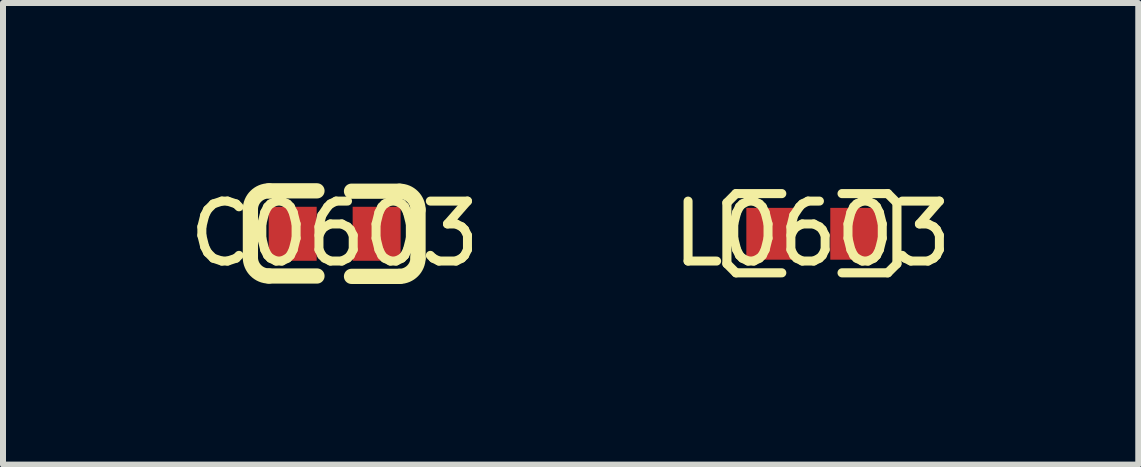
<source format=kicad_pcb>
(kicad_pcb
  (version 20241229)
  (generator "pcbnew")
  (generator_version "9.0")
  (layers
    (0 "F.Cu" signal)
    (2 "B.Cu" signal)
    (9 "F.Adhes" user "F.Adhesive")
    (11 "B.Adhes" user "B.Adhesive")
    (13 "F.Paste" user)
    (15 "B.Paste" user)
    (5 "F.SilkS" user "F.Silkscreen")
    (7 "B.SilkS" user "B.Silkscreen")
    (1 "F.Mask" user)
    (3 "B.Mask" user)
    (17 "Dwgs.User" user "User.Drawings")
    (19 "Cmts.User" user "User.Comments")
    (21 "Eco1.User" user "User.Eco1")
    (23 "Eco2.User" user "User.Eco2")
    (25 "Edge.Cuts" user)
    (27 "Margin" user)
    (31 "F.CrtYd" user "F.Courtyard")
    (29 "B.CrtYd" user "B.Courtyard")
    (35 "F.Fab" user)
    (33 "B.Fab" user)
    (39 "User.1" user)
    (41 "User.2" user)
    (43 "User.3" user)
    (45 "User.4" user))
  (footprint "C0603"
    (layer "F.Cu")
    (at 2.53 0.848)
    (property "Reference" "C0603" (at 0 0 0) (layer "F.SilkS") (effects (font (size 1 1) (thickness 0.15))))
    (fp_line (start -1.405 -0.406) (end -1.405 0.395) (stroke (width 0.254) (type default)) (layer "F.SilkS"))
    (fp_line (start -0.295 -0.716) (end -1.095 -0.716) (stroke (width 0.254) (type default)) (layer "F.SilkS"))
    (fp_line (start -0.295 0.704) (end -1.095 0.704) (stroke (width 0.254) (type default)) (layer "F.SilkS"))
    (fp_line (start 0.281 -0.71) (end 1.08 -0.71) (stroke (width 0.254) (type default)) (layer "F.SilkS"))
    (fp_line (start 0.281 0.71) (end 1.08 0.71) (stroke (width 0.254) (type default)) (layer "F.SilkS"))
    (fp_line (start 1.39 -0.4) (end 1.39 0.401) (stroke (width 0.254) (type default)) (layer "F.SilkS"))
    (fp_arc (start -1.4055 -0.4055) (mid -1.314703 -0.624703) (end -1.0955 -0.7155) (stroke (width 0.254) (type default)) (layer "F.SilkS"))
    (fp_arc (start -1.0955 0.704) (mid -1.31435 0.61335) (end -1.4055 0.3945) (stroke (width 0.254) (type default)) (layer "F.SilkS"))
    (fp_arc (start 1.08 -0.7095) (mid 1.29885 -0.61885) (end 1.39 -0.4) (stroke (width 0.254) (type default)) (layer "F.SilkS"))
    (fp_arc (start 1.39 0.4) (mid 1.299203 0.619203) (end 1.08 0.71) (stroke (width 0.254) (type default)) (layer "F.SilkS"))
    (fp_poly (pts (xy -0.8 0.4) (xy -0.8 -0.4) (xy -0.5 -0.4) (xy -0.5 0.4)) (stroke (width 0.1) (type default)) (fill no) (layer "User.1"))
    (fp_poly (pts (xy 0.8 0.4) (xy 0.8 -0.4) (xy 0.5 -0.4) (xy 0.5 0.4)) (stroke (width 0.1) (type default)) (fill no) (layer "User.1"))
    (fp_line (start -0.8 -0.4) (end 0.8 -0.4) (stroke (width 0.051) (type default)) (layer "User.2"))
    (fp_line (start -0.8 0.4) (end -0.8 -0.4) (stroke (width 0.051) (type default)) (layer "User.2"))
    (fp_line (start 0.8 -0.4) (end 0.8 0.4) (stroke (width 0.051) (type default)) (layer "User.2"))
    (fp_line (start 0.8 0.4) (end -0.8 0.4) (stroke (width 0.051) (type default)) (layer "User.2"))
    (fp_poly (pts (xy -0.74 0.4) (xy -0.758 0.358) (xy -0.8 0.34) (xy -0.842 0.358) (xy -0.86 0.4) (xy -0.842 0.442) (xy -0.8 0.46) (xy -0.758 0.442)) (stroke (width 0.1) (type default)) (fill no) (layer "User.3"))
    (pad "1" smd rect (at -0.7 0) (size 0.8 0.9) (layers "F.Cu" "F.Mask" "F.Paste"))
    (pad "2" smd rect (at 0.7 0) (size 0.8 0.9) (layers "F.Cu" "F.Mask" "F.Paste")))
  (footprint "L0603"
    (layer "F.Cu")
    (at 10.494 0.848)
    (property "Reference" "L0603" (at 0 0 0) (layer "F.SilkS") (effects (font (size 1 1) (thickness 0.15))))
    (fp_line (start -1.424 -0.517) (end -1.272 -0.67) (stroke (width 0.152) (type default)) (layer "F.SilkS"))
    (fp_line (start -1.424 0.499) (end -1.424 -0.517) (stroke (width 0.152) (type default)) (layer "F.SilkS"))
    (fp_line (start -1.272 -0.67) (end -0.509 -0.67) (stroke (width 0.152) (type default)) (layer "F.SilkS"))
    (fp_line (start -1.272 0.651) (end -1.424 0.499) (stroke (width 0.152) (type default)) (layer "F.SilkS"))
    (fp_line (start -1.272 0.651) (end -0.509 0.651) (stroke (width 0.152) (type default)) (layer "F.SilkS"))
    (fp_line (start 1.258 -0.67) (end 0.496 -0.67) (stroke (width 0.152) (type default)) (layer "F.SilkS"))
    (fp_line (start 1.258 -0.67) (end 1.411 -0.517) (stroke (width 0.152) (type default)) (layer "F.SilkS"))
    (fp_line (start 1.258 0.651) (end 0.496 0.651) (stroke (width 0.152) (type default)) (layer "F.SilkS"))
    (fp_line (start 1.411 -0.517) (end 1.411 0.499) (stroke (width 0.152) (type default)) (layer "F.SilkS"))
    (fp_line (start 1.411 0.499) (end 1.258 0.651) (stroke (width 0.152) (type default)) (layer "F.SilkS"))
    (fp_poly (pts (xy -0.252 -0.143) (xy -0.252 0.134) (xy -0.526 0.427) (xy -1.029 0.427) (xy -1.093 0.363) (xy -1.093 -0.372) (xy -1.029 -0.436) (xy -0.526 -0.436)) (stroke (width 0) (type default)) (fill yes) (layer "F.Paste"))
    (fp_poly (pts (xy 0.264 -0.154) (xy 0.264 0.122) (xy 0.538 0.416) (xy 1.042 0.416) (xy 1.105 0.352) (xy 1.105 -0.384) (xy 1.042 -0.448) (xy 0.538 -0.448)) (stroke (width 0) (type default)) (fill yes) (layer "F.Paste"))
    (fp_poly (pts (xy -0.5 0.4) (xy -0.8 0.4) (xy -0.8 -0.4) (xy -0.5 -0.4)) (stroke (width 0.1) (type default)) (fill no) (layer "User.1"))
    (fp_poly (pts (xy 0.8 0.4) (xy 0.5 0.4) (xy 0.5 -0.4) (xy 0.8 -0.4)) (stroke (width 0.1) (type default)) (fill no) (layer "User.1"))
    (fp_line (start -0.8 -0.4) (end 0.8 -0.4) (stroke (width 0.051) (type default)) (layer "User.2"))
    (fp_line (start -0.8 0.4) (end -0.8 -0.4) (stroke (width 0.051) (type default)) (layer "User.2"))
    (fp_line (start 0.8 -0.4) (end 0.8 0.4) (stroke (width 0.051) (type default)) (layer "User.2"))
    (fp_line (start 0.8 0.4) (end -0.8 0.4) (stroke (width 0.051) (type default)) (layer "User.2"))
    (fp_poly (pts (xy -0.74 0.4) (xy -0.758 0.358) (xy -0.8 0.34) (xy -0.842 0.358) (xy -0.86 0.4) (xy -0.842 0.442) (xy -0.8 0.46) (xy -0.758 0.442)) (stroke (width 0.1) (type default)) (fill no) (layer "User.3"))
    (pad "1" smd rect (at -0.7 0 180) (size 0.8 0.864) (layers "F.Cu" "F.Mask" "F.Paste"))
    (pad "2" smd rect (at 0.7 0 180) (size 0.8 0.864) (layers "F.Cu" "F.Mask" "F.Paste")))
  (gr_rect
    (start -3 -3)
    (end 15.929 4.697)
    (stroke (width 0.1) (type default))
    (fill no)
    (layer "Edge.Cuts")))
</source>
